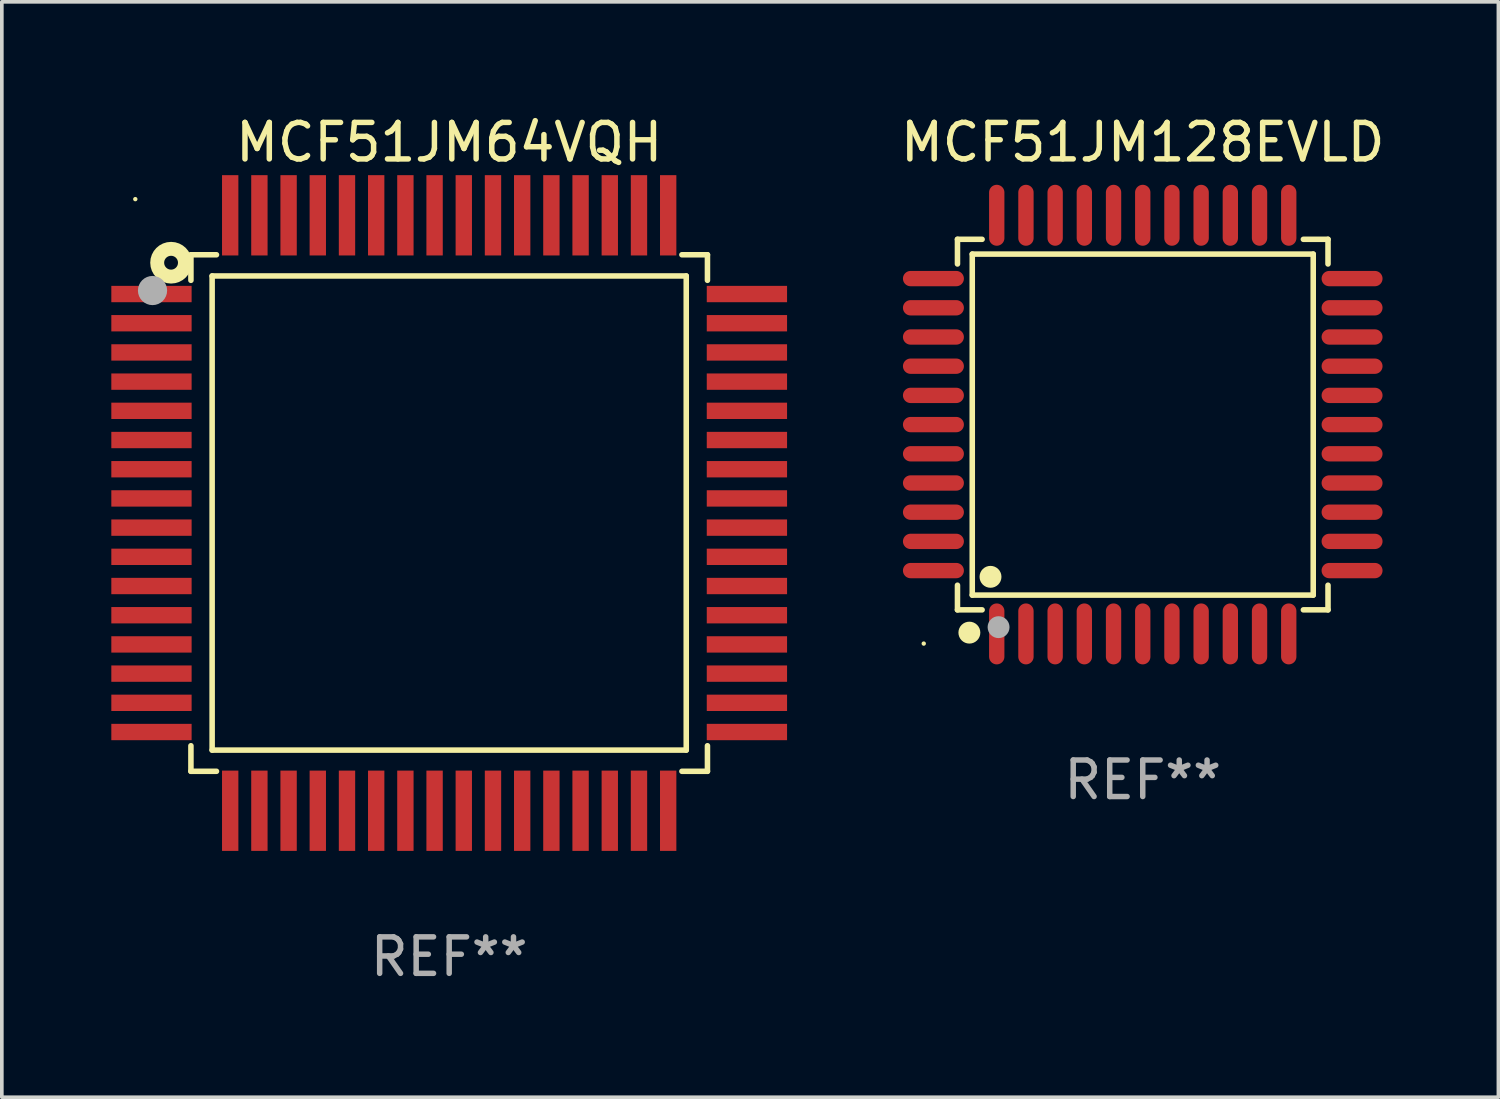
<source format=kicad_pcb>
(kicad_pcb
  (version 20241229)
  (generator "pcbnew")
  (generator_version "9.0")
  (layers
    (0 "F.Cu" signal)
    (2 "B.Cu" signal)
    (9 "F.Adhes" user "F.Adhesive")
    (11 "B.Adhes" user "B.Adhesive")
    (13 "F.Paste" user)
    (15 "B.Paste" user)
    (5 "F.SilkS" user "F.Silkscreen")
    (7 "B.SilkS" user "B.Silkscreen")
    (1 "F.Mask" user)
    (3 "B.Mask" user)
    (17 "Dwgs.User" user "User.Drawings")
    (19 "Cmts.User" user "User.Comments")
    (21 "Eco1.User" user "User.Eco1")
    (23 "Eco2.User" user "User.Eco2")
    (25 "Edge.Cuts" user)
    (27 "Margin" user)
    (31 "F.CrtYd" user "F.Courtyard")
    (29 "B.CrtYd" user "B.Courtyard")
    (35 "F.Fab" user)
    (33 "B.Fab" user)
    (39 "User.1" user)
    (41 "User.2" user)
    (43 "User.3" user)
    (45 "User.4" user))
  (footprint "MCF51JM64VQH"
    (layer "F.Cu")
    (at 9.257 11.006)
    (property "Reference" "MCF51JM64VQH" (at 0 -10.157 0) (layer "F.SilkS") (effects (font (size 1 1) (thickness 0.15))))
    (attr through_hole)
    (fp_line (start -7.076 -7.076) (end -6.376 -7.076) (stroke (width 0.152) (type solid)) (layer "F.SilkS"))
    (fp_line (start -7.076 -6.376) (end -7.076 -7.076) (stroke (width 0.152) (type solid)) (layer "F.SilkS"))
    (fp_line (start -7.076 6.376) (end -7.076 7.076) (stroke (width 0.152) (type solid)) (layer "F.SilkS"))
    (fp_line (start -7.076 7.076) (end -6.376 7.076) (stroke (width 0.152) (type solid)) (layer "F.SilkS"))
    (fp_line (start -6.495 -6.495) (end 6.495 -6.495) (stroke (width 0.152) (type solid)) (layer "F.SilkS"))
    (fp_line (start -6.495 6.495) (end -6.495 -6.495) (stroke (width 0.152) (type solid)) (layer "F.SilkS"))
    (fp_line (start 6.495 -6.495) (end 6.495 6.495) (stroke (width 0.152) (type solid)) (layer "F.SilkS"))
    (fp_line (start 6.495 6.495) (end -6.495 6.495) (stroke (width 0.152) (type solid)) (layer "F.SilkS"))
    (fp_line (start 7.076 -7.076) (end 6.376 -7.076) (stroke (width 0.152) (type solid)) (layer "F.SilkS"))
    (fp_line (start 7.076 -6.376) (end 7.076 -7.076) (stroke (width 0.152) (type solid)) (layer "F.SilkS"))
    (fp_line (start 7.076 6.376) (end 7.076 7.076) (stroke (width 0.152) (type solid)) (layer "F.SilkS"))
    (fp_line (start 7.076 7.076) (end 6.376 7.076) (stroke (width 0.152) (type solid)) (layer "F.SilkS"))
    (fp_circle (center -8.6 -8.6) (end -8.57 -8.6) (stroke (width 0.06) (type solid)) (fill no) (layer "F.SilkS"))
    (fp_circle (center -7.62 -6.858) (end -7.43 -6.858) (stroke (width 0.381) (type solid)) (fill no) (layer "F.SilkS"))
    (fp_circle (center -8.128 -6.096) (end -7.928 -6.096) (stroke (width 0.4) (type solid)) (fill no) (layer "F.Fab"))
    (fp_text user "REF**" (at 0 12.157 0) (layer "F.Fab") (effects (font (size 1 1) (thickness 0.15))))
    (pad "1" smd rect (at -8.157 -6) (size 2.2 0.448) (layers "F.Cu" "F.Mask" "F.Paste"))
    (pad "2" smd rect (at -8.157 -5.2) (size 2.2 0.448) (layers "F.Cu" "F.Mask" "F.Paste"))
    (pad "3" smd rect (at -8.157 -4.4) (size 2.2 0.448) (layers "F.Cu" "F.Mask" "F.Paste"))
    (pad "4" smd rect (at -8.157 -3.6) (size 2.2 0.448) (layers "F.Cu" "F.Mask" "F.Paste"))
    (pad "5" smd rect (at -8.157 -2.8) (size 2.2 0.448) (layers "F.Cu" "F.Mask" "F.Paste"))
    (pad "6" smd rect (at -8.157 -2) (size 2.2 0.448) (layers "F.Cu" "F.Mask" "F.Paste"))
    (pad "7" smd rect (at -8.157 -1.2) (size 2.2 0.448) (layers "F.Cu" "F.Mask" "F.Paste"))
    (pad "8" smd rect (at -8.157 -0.4) (size 2.2 0.448) (layers "F.Cu" "F.Mask" "F.Paste"))
    (pad "9" smd rect (at -8.157 0.4) (size 2.2 0.448) (layers "F.Cu" "F.Mask" "F.Paste"))
    (pad "10" smd rect (at -8.157 1.2) (size 2.2 0.448) (layers "F.Cu" "F.Mask" "F.Paste"))
    (pad "11" smd rect (at -8.157 2) (size 2.2 0.448) (layers "F.Cu" "F.Mask" "F.Paste"))
    (pad "12" smd rect (at -8.157 2.8) (size 2.2 0.448) (layers "F.Cu" "F.Mask" "F.Paste"))
    (pad "13" smd rect (at -8.157 3.6) (size 2.2 0.448) (layers "F.Cu" "F.Mask" "F.Paste"))
    (pad "14" smd rect (at -8.157 4.4) (size 2.2 0.448) (layers "F.Cu" "F.Mask" "F.Paste"))
    (pad "15" smd rect (at -8.157 5.2) (size 2.2 0.448) (layers "F.Cu" "F.Mask" "F.Paste"))
    (pad "16" smd rect (at -8.157 6) (size 2.2 0.448) (layers "F.Cu" "F.Mask" "F.Paste"))
    (pad "17" smd rect (at -6 8.157) (size 0.448 2.2) (layers "F.Cu" "F.Mask" "F.Paste"))
    (pad "18" smd rect (at -5.2 8.157) (size 0.448 2.2) (layers "F.Cu" "F.Mask" "F.Paste"))
    (pad "19" smd rect (at -4.4 8.157) (size 0.448 2.2) (layers "F.Cu" "F.Mask" "F.Paste"))
    (pad "20" smd rect (at -3.6 8.157) (size 0.448 2.2) (layers "F.Cu" "F.Mask" "F.Paste"))
    (pad "21" smd rect (at -2.8 8.157) (size 0.448 2.2) (layers "F.Cu" "F.Mask" "F.Paste"))
    (pad "22" smd rect (at -2 8.157) (size 0.448 2.2) (layers "F.Cu" "F.Mask" "F.Paste"))
    (pad "23" smd rect (at -1.2 8.157) (size 0.448 2.2) (layers "F.Cu" "F.Mask" "F.Paste"))
    (pad "24" smd rect (at -0.4 8.157) (size 0.448 2.2) (layers "F.Cu" "F.Mask" "F.Paste"))
    (pad "25" smd rect (at 0.4 8.157) (size 0.448 2.2) (layers "F.Cu" "F.Mask" "F.Paste"))
    (pad "26" smd rect (at 1.2 8.157) (size 0.448 2.2) (layers "F.Cu" "F.Mask" "F.Paste"))
    (pad "27" smd rect (at 2 8.157) (size 0.448 2.2) (layers "F.Cu" "F.Mask" "F.Paste"))
    (pad "28" smd rect (at 2.8 8.157) (size 0.448 2.2) (layers "F.Cu" "F.Mask" "F.Paste"))
    (pad "29" smd rect (at 3.6 8.157) (size 0.448 2.2) (layers "F.Cu" "F.Mask" "F.Paste"))
    (pad "30" smd rect (at 4.4 8.157) (size 0.448 2.2) (layers "F.Cu" "F.Mask" "F.Paste"))
    (pad "31" smd rect (at 5.2 8.157) (size 0.448 2.2) (layers "F.Cu" "F.Mask" "F.Paste"))
    (pad "32" smd rect (at 6 8.157) (size 0.448 2.2) (layers "F.Cu" "F.Mask" "F.Paste"))
    (pad "33" smd rect (at 8.157 6) (size 2.2 0.448) (layers "F.Cu" "F.Mask" "F.Paste"))
    (pad "34" smd rect (at 8.157 5.2) (size 2.2 0.448) (layers "F.Cu" "F.Mask" "F.Paste"))
    (pad "35" smd rect (at 8.157 4.4) (size 2.2 0.448) (layers "F.Cu" "F.Mask" "F.Paste"))
    (pad "36" smd rect (at 8.157 3.6) (size 2.2 0.448) (layers "F.Cu" "F.Mask" "F.Paste"))
    (pad "37" smd rect (at 8.157 2.8) (size 2.2 0.448) (layers "F.Cu" "F.Mask" "F.Paste"))
    (pad "38" smd rect (at 8.157 2) (size 2.2 0.448) (layers "F.Cu" "F.Mask" "F.Paste"))
    (pad "39" smd rect (at 8.157 1.2) (size 2.2 0.448) (layers "F.Cu" "F.Mask" "F.Paste"))
    (pad "40" smd rect (at 8.157 0.4) (size 2.2 0.448) (layers "F.Cu" "F.Mask" "F.Paste"))
    (pad "41" smd rect (at 8.157 -0.4) (size 2.2 0.448) (layers "F.Cu" "F.Mask" "F.Paste"))
    (pad "42" smd rect (at 8.157 -1.2) (size 2.2 0.448) (layers "F.Cu" "F.Mask" "F.Paste"))
    (pad "43" smd rect (at 8.157 -2) (size 2.2 0.448) (layers "F.Cu" "F.Mask" "F.Paste"))
    (pad "44" smd rect (at 8.157 -2.8) (size 2.2 0.448) (layers "F.Cu" "F.Mask" "F.Paste"))
    (pad "45" smd rect (at 8.157 -3.6) (size 2.2 0.448) (layers "F.Cu" "F.Mask" "F.Paste"))
    (pad "46" smd rect (at 8.157 -4.4) (size 2.2 0.448) (layers "F.Cu" "F.Mask" "F.Paste"))
    (pad "47" smd rect (at 8.157 -5.2) (size 2.2 0.448) (layers "F.Cu" "F.Mask" "F.Paste"))
    (pad "48" smd rect (at 8.157 -6) (size 2.2 0.448) (layers "F.Cu" "F.Mask" "F.Paste"))
    (pad "49" smd rect (at 6 -8.157) (size 0.448 2.2) (layers "F.Cu" "F.Mask" "F.Paste"))
    (pad "50" smd rect (at 5.2 -8.157) (size 0.448 2.2) (layers "F.Cu" "F.Mask" "F.Paste"))
    (pad "51" smd rect (at 4.4 -8.157) (size 0.448 2.2) (layers "F.Cu" "F.Mask" "F.Paste"))
    (pad "52" smd rect (at 3.6 -8.157) (size 0.448 2.2) (layers "F.Cu" "F.Mask" "F.Paste"))
    (pad "53" smd rect (at 2.8 -8.157) (size 0.448 2.2) (layers "F.Cu" "F.Mask" "F.Paste"))
    (pad "54" smd rect (at 2 -8.157) (size 0.448 2.2) (layers "F.Cu" "F.Mask" "F.Paste"))
    (pad "55" smd rect (at 1.2 -8.157) (size 0.448 2.2) (layers "F.Cu" "F.Mask" "F.Paste"))
    (pad "56" smd rect (at 0.4 -8.157) (size 0.448 2.2) (layers "F.Cu" "F.Mask" "F.Paste"))
    (pad "57" smd rect (at -0.4 -8.157) (size 0.448 2.2) (layers "F.Cu" "F.Mask" "F.Paste"))
    (pad "58" smd rect (at -1.2 -8.157) (size 0.448 2.2) (layers "F.Cu" "F.Mask" "F.Paste"))
    (pad "59" smd rect (at -2 -8.157) (size 0.448 2.2) (layers "F.Cu" "F.Mask" "F.Paste"))
    (pad "60" smd rect (at -2.8 -8.157) (size 0.448 2.2) (layers "F.Cu" "F.Mask" "F.Paste"))
    (pad "61" smd rect (at -3.6 -8.157) (size 0.448 2.2) (layers "F.Cu" "F.Mask" "F.Paste"))
    (pad "62" smd rect (at -4.4 -8.157) (size 0.448 2.2) (layers "F.Cu" "F.Mask" "F.Paste"))
    (pad "63" smd rect (at -5.2 -8.157) (size 0.448 2.2) (layers "F.Cu" "F.Mask" "F.Paste"))
    (pad "64" smd rect (at -6 -8.157) (size 0.448 2.2) (layers "F.Cu" "F.Mask" "F.Paste")))
  (footprint "MCF51JM128EVLD"
    (layer "F.Cu")
    (at 28.259 8.583)
    (property "Reference" "MCF51JM128EVLD" (at 0 -7.735 0) (layer "F.SilkS") (effects (font (size 1 1) (thickness 0.15))))
    (attr through_hole)
    (fp_line (start -5.076 -5.076) (end -4.401 -5.076) (stroke (width 0.152) (type solid)) (layer "F.SilkS"))
    (fp_line (start -5.076 -4.401) (end -5.076 -5.076) (stroke (width 0.152) (type solid)) (layer "F.SilkS"))
    (fp_line (start -5.076 4.401) (end -5.076 5.076) (stroke (width 0.152) (type solid)) (layer "F.SilkS"))
    (fp_line (start -5.076 5.076) (end -4.401 5.076) (stroke (width 0.152) (type solid)) (layer "F.SilkS"))
    (fp_line (start -4.671 -4.671) (end 4.671 -4.671) (stroke (width 0.152) (type solid)) (layer "F.SilkS"))
    (fp_line (start -4.671 4.671) (end -4.671 -4.671) (stroke (width 0.152) (type solid)) (layer "F.SilkS"))
    (fp_line (start 4.671 -4.671) (end 4.671 4.671) (stroke (width 0.152) (type solid)) (layer "F.SilkS"))
    (fp_line (start 4.671 4.671) (end -4.671 4.671) (stroke (width 0.152) (type solid)) (layer "F.SilkS"))
    (fp_line (start 5.076 -5.076) (end 4.401 -5.076) (stroke (width 0.152) (type solid)) (layer "F.SilkS"))
    (fp_line (start 5.076 -4.401) (end 5.076 -5.076) (stroke (width 0.152) (type solid)) (layer "F.SilkS"))
    (fp_line (start 5.076 4.401) (end 5.076 5.076) (stroke (width 0.152) (type solid)) (layer "F.SilkS"))
    (fp_line (start 5.076 5.076) (end 4.401 5.076) (stroke (width 0.152) (type solid)) (layer "F.SilkS"))
    (fp_circle (center -6 6) (end -5.97 6) (stroke (width 0.06) (type solid)) (fill no) (layer "F.SilkS"))
    (fp_circle (center -4.75 5.7) (end -4.6 5.7) (stroke (width 0.3) (type solid)) (fill no) (layer "F.SilkS"))
    (fp_circle (center -4.171 4.171) (end -4.021 4.171) (stroke (width 0.3) (type solid)) (fill no) (layer "F.SilkS"))
    (fp_circle (center -3.95 5.55) (end -3.8 5.55) (stroke (width 0.3) (type solid)) (fill no) (layer "F.Fab"))
    (fp_text user "REF**" (at 0 9.735 0) (layer "F.Fab") (effects (font (size 1 1) (thickness 0.15))))
    (pad "1" smd oval (at -4 5.735) (size 0.42 1.67) (layers "F.Cu" "F.Mask" "F.Paste"))
    (pad "2" smd oval (at -3.2 5.735) (size 0.42 1.67) (layers "F.Cu" "F.Mask" "F.Paste"))
    (pad "3" smd oval (at -2.4 5.735) (size 0.42 1.67) (layers "F.Cu" "F.Mask" "F.Paste"))
    (pad "4" smd oval (at -1.6 5.735) (size 0.42 1.67) (layers "F.Cu" "F.Mask" "F.Paste"))
    (pad "5" smd oval (at -0.8 5.735) (size 0.42 1.67) (layers "F.Cu" "F.Mask" "F.Paste"))
    (pad "6" smd oval (at 0 5.735) (size 0.42 1.67) (layers "F.Cu" "F.Mask" "F.Paste"))
    (pad "7" smd oval (at 0.8 5.735) (size 0.42 1.67) (layers "F.Cu" "F.Mask" "F.Paste"))
    (pad "8" smd oval (at 1.6 5.735) (size 0.42 1.67) (layers "F.Cu" "F.Mask" "F.Paste"))
    (pad "9" smd oval (at 2.4 5.735) (size 0.42 1.67) (layers "F.Cu" "F.Mask" "F.Paste"))
    (pad "10" smd oval (at 3.2 5.735) (size 0.42 1.67) (layers "F.Cu" "F.Mask" "F.Paste"))
    (pad "11" smd oval (at 4 5.735) (size 0.42 1.67) (layers "F.Cu" "F.Mask" "F.Paste"))
    (pad "12" smd oval (at 5.735 4) (size 1.67 0.42) (layers "F.Cu" "F.Mask" "F.Paste"))
    (pad "13" smd oval (at 5.735 3.2) (size 1.67 0.42) (layers "F.Cu" "F.Mask" "F.Paste"))
    (pad "14" smd oval (at 5.735 2.4) (size 1.67 0.42) (layers "F.Cu" "F.Mask" "F.Paste"))
    (pad "15" smd oval (at 5.735 1.6) (size 1.67 0.42) (layers "F.Cu" "F.Mask" "F.Paste"))
    (pad "16" smd oval (at 5.735 0.8) (size 1.67 0.42) (layers "F.Cu" "F.Mask" "F.Paste"))
    (pad "17" smd oval (at 5.735 0) (size 1.67 0.42) (layers "F.Cu" "F.Mask" "F.Paste"))
    (pad "18" smd oval (at 5.735 -0.8) (size 1.67 0.42) (layers "F.Cu" "F.Mask" "F.Paste"))
    (pad "19" smd oval (at 5.735 -1.6) (size 1.67 0.42) (layers "F.Cu" "F.Mask" "F.Paste"))
    (pad "20" smd oval (at 5.735 -2.4) (size 1.67 0.42) (layers "F.Cu" "F.Mask" "F.Paste"))
    (pad "21" smd oval (at 5.735 -3.2) (size 1.67 0.42) (layers "F.Cu" "F.Mask" "F.Paste"))
    (pad "22" smd oval (at 5.735 -4) (size 1.67 0.42) (layers "F.Cu" "F.Mask" "F.Paste"))
    (pad "23" smd oval (at 4 -5.735) (size 0.42 1.67) (layers "F.Cu" "F.Mask" "F.Paste"))
    (pad "24" smd oval (at 3.2 -5.735) (size 0.42 1.67) (layers "F.Cu" "F.Mask" "F.Paste"))
    (pad "25" smd oval (at 2.4 -5.735) (size 0.42 1.67) (layers "F.Cu" "F.Mask" "F.Paste"))
    (pad "26" smd oval (at 1.6 -5.735) (size 0.42 1.67) (layers "F.Cu" "F.Mask" "F.Paste"))
    (pad "27" smd oval (at 0.8 -5.735) (size 0.42 1.67) (layers "F.Cu" "F.Mask" "F.Paste"))
    (pad "28" smd oval (at 0 -5.735) (size 0.42 1.67) (layers "F.Cu" "F.Mask" "F.Paste"))
    (pad "29" smd oval (at -0.8 -5.735) (size 0.42 1.67) (layers "F.Cu" "F.Mask" "F.Paste"))
    (pad "30" smd oval (at -1.6 -5.735) (size 0.42 1.67) (layers "F.Cu" "F.Mask" "F.Paste"))
    (pad "31" smd oval (at -2.4 -5.735) (size 0.42 1.67) (layers "F.Cu" "F.Mask" "F.Paste"))
    (pad "32" smd oval (at -3.2 -5.735) (size 0.42 1.67) (layers "F.Cu" "F.Mask" "F.Paste"))
    (pad "33" smd oval (at -4 -5.735) (size 0.42 1.67) (layers "F.Cu" "F.Mask" "F.Paste"))
    (pad "34" smd oval (at -5.735 -4) (size 1.67 0.42) (layers "F.Cu" "F.Mask" "F.Paste"))
    (pad "35" smd oval (at -5.735 -3.2) (size 1.67 0.42) (layers "F.Cu" "F.Mask" "F.Paste"))
    (pad "36" smd oval (at -5.735 -2.4) (size 1.67 0.42) (layers "F.Cu" "F.Mask" "F.Paste"))
    (pad "37" smd oval (at -5.735 -1.6) (size 1.67 0.42) (layers "F.Cu" "F.Mask" "F.Paste"))
    (pad "38" smd oval (at -5.735 -0.8) (size 1.67 0.42) (layers "F.Cu" "F.Mask" "F.Paste"))
    (pad "39" smd oval (at -5.735 0) (size 1.67 0.42) (layers "F.Cu" "F.Mask" "F.Paste"))
    (pad "40" smd oval (at -5.735 0.8) (size 1.67 0.42) (layers "F.Cu" "F.Mask" "F.Paste"))
    (pad "41" smd oval (at -5.735 1.6) (size 1.67 0.42) (layers "F.Cu" "F.Mask" "F.Paste"))
    (pad "42" smd oval (at -5.735 2.4) (size 1.67 0.42) (layers "F.Cu" "F.Mask" "F.Paste"))
    (pad "43" smd oval (at -5.735 3.2) (size 1.67 0.42) (layers "F.Cu" "F.Mask" "F.Paste"))
    (pad "44" smd oval (at -5.735 4) (size 1.67 0.42) (layers "F.Cu" "F.Mask" "F.Paste")))
  (gr_rect
    (start -3 -3)
    (end 38.003 27.011)
    (stroke (width 0.1) (type default))
    (fill no)
    (layer "Edge.Cuts")))
</source>
